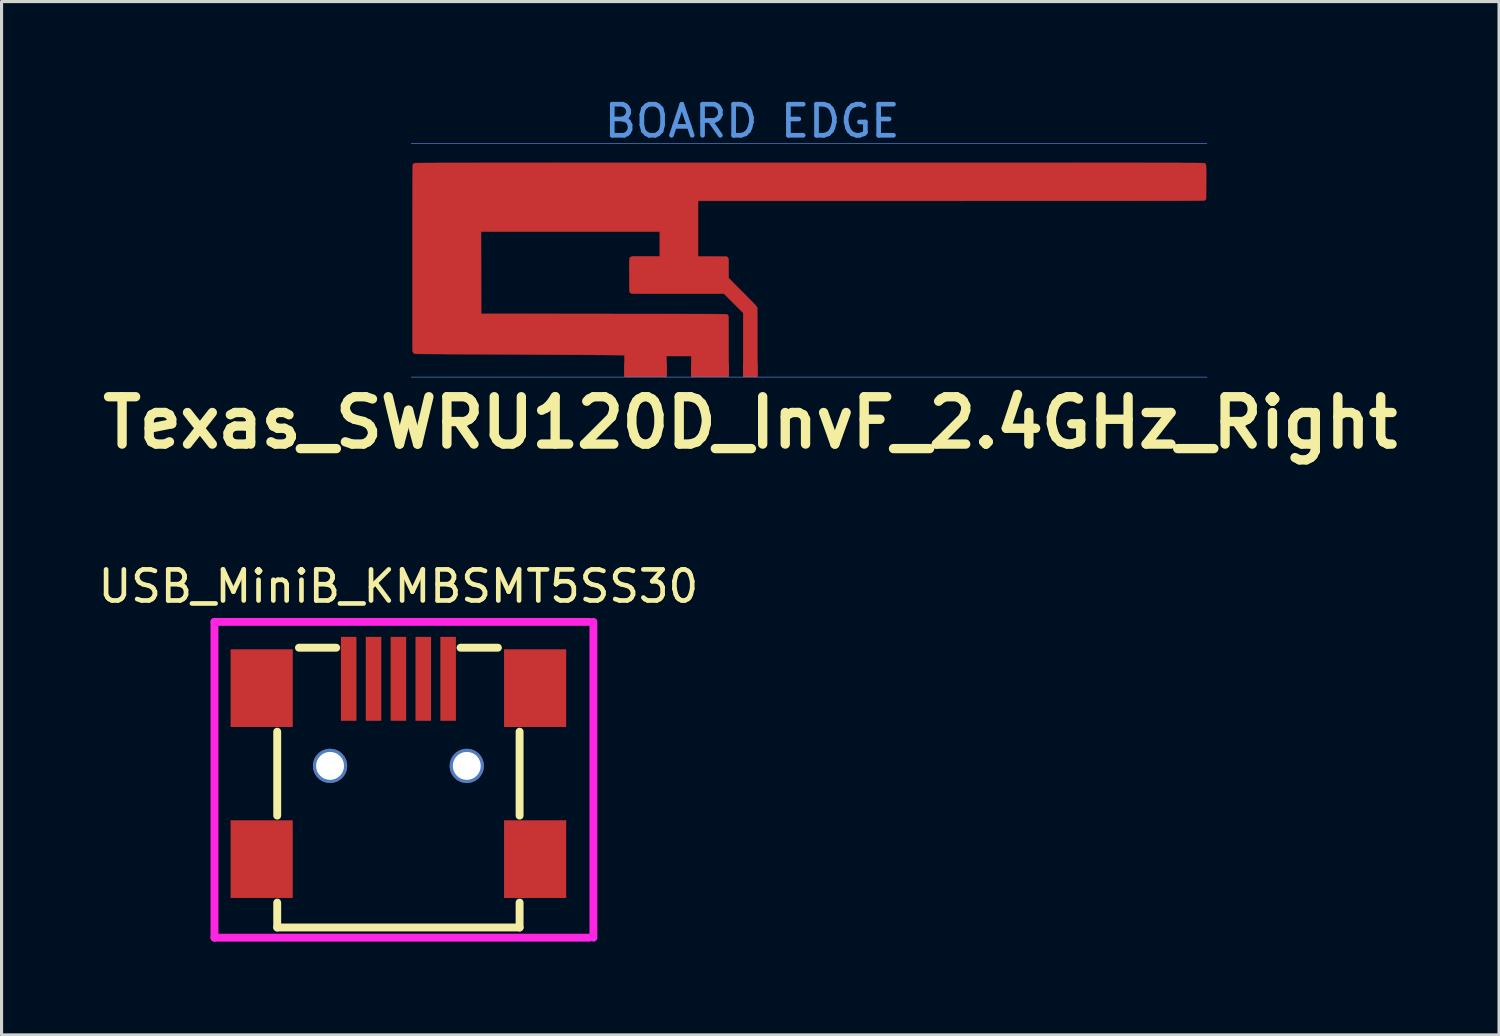
<source format=kicad_pcb>
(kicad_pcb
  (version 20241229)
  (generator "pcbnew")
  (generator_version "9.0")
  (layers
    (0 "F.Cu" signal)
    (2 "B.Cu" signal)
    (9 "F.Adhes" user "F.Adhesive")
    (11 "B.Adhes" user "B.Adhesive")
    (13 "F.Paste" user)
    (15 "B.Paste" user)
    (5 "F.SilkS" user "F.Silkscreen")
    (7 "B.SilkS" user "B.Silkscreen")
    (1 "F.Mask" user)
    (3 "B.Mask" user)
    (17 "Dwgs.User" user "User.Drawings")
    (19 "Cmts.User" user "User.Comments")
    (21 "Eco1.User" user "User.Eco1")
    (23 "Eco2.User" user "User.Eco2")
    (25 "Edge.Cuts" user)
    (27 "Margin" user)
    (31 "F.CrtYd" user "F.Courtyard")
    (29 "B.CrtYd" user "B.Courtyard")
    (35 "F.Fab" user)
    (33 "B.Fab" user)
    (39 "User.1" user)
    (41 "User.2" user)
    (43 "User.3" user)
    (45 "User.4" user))
  (footprint "Texas_SWRU120D_InvF_2.4GHz_Right"
    (layer "F.Cu")
    (at 21.089 5.548)
    (property "Reference" "Texas_SWRU120D_InvF_2.4GHz_Right" (at 0 5 0) (layer "F.SilkS") (effects (font (size 1.524 1.524) (thickness 0.3))))
    (attr smd)
    (fp_poly (pts (xy 3.895 -3.36) (xy 4.358 -3.36) (xy 4.808 -3.36) (xy 5.244 -3.36) (xy 5.667 -3.36) (xy 6.078 -3.36) (xy 6.475 -3.36) (xy 6.86 -3.36) (xy 7.233 -3.36) (xy 7.593 -3.36) (xy 7.942 -3.36) (xy 8.278 -3.36) (xy 8.604 -3.36) (xy 8.918 -3.36) (xy 9.22 -3.36) (xy 9.512 -3.36) (xy 9.793 -3.36) (xy 10.064 -3.36) (xy 10.324 -3.36) (xy 10.574 -3.359) (xy 10.814 -3.359) (xy 11.044 -3.359) (xy 11.265 -3.359) (xy 11.477 -3.359) (xy 11.679 -3.359) (xy 11.873 -3.359) (xy 12.057 -3.359) (xy 12.234 -3.359) (xy 12.402 -3.359) (xy 12.561 -3.359) (xy 12.713 -3.358) (xy 12.858 -3.358) (xy 12.994 -3.358) (xy 13.124 -3.358) (xy 13.246 -3.358) (xy 13.361 -3.358) (xy 13.47 -3.357) (xy 13.572 -3.357) (xy 13.668 -3.357) (xy 13.758 -3.357) (xy 13.842 -3.357) (xy 13.92 -3.356) (xy 13.993 -3.356) (xy 14.06 -3.356) (xy 14.123 -3.356) (xy 14.18 -3.355) (xy 14.233 -3.355) (xy 14.281 -3.355) (xy 14.325 -3.354) (xy 14.365 -3.354) (xy 14.402 -3.354) (xy 14.434 -3.353) (xy 14.463 -3.353) (xy 14.489 -3.353) (xy 14.511 -3.352) (xy 14.531 -3.352) (xy 14.548 -3.352) (xy 14.563 -3.351) (xy 14.576 -3.351) (xy 14.586 -3.35) (xy 14.594 -3.35) (xy 14.601 -3.349) (xy 14.607 -3.349) (xy 14.611 -3.348) (xy 14.614 -3.348) (xy 14.616 -3.347) (xy 14.618 -3.347) (xy 14.619 -3.346) (xy 14.62 -3.346) (xy 14.629 -3.34) (xy 14.637 -3.335) (xy 14.644 -3.33) (xy 14.649 -3.323) (xy 14.654 -3.313) (xy 14.658 -3.3) (xy 14.661 -3.283) (xy 14.663 -3.26) (xy 14.665 -3.23) (xy 14.666 -3.193) (xy 14.667 -3.148) (xy 14.668 -3.093) (xy 14.668 -3.027) (xy 14.667 -2.95) (xy 14.667 -2.861) (xy 14.667 -2.758) (xy 14.667 -2.739) (xy 14.664 -2.195) (xy 14.646 -2.175) (xy 14.628 -2.159) (xy 14.609 -2.146) (xy 14.608 -2.146) (xy 14.606 -2.145) (xy 14.6 -2.145) (xy 14.591 -2.144) (xy 14.579 -2.144) (xy 14.562 -2.143) (xy 14.542 -2.143) (xy 14.517 -2.142) (xy 14.487 -2.142) (xy 14.453 -2.142) (xy 14.414 -2.141) (xy 14.369 -2.141) (xy 14.319 -2.141) (xy 14.264 -2.14) (xy 14.202 -2.14) (xy 14.134 -2.14) (xy 14.059 -2.139) (xy 13.978 -2.139) (xy 13.89 -2.139) (xy 13.795 -2.138) (xy 13.692 -2.138) (xy 13.582 -2.138) (xy 13.463 -2.138) (xy 13.337 -2.138) (xy 13.202 -2.137) (xy 13.059 -2.137) (xy 12.906 -2.137) (xy 12.745 -2.137) (xy 12.574 -2.137) (xy 12.394 -2.137) (xy 12.203 -2.136) (xy 12.003 -2.136) (xy 11.793 -2.136) (xy 11.572 -2.136) (xy 11.34 -2.136) (xy 11.097 -2.136) (xy 10.843 -2.136) (xy 10.577 -2.136) (xy 10.3 -2.136) (xy 10.011 -2.136) (xy 9.709 -2.136) (xy 9.395 -2.136) (xy 9.068 -2.136) (xy 8.729 -2.136) (xy 8.376 -2.136) (xy 8.01 -2.136) (xy 7.63 -2.136) (xy 7.236 -2.136) (xy 6.828 -2.135) (xy 6.454 -2.135) (xy -1.68 -2.135) (xy -1.68 -0.35) (xy -0.765 -0.346) (xy -0.741 -0.329) (xy -0.731 -0.322) (xy -0.722 -0.314) (xy -0.715 -0.306) (xy -0.709 -0.294) (xy -0.704 -0.28) (xy -0.701 -0.26) (xy -0.699 -0.233) (xy -0.697 -0.199) (xy -0.696 -0.155) (xy -0.696 -0.1) (xy -0.696 -0.034) (xy -0.696 0.038) (xy -0.696 0.346) (xy -0.253 0.791) (xy -0.17 0.873) (xy -0.098 0.947) (xy -0.034 1.011) (xy 0.02 1.066) (xy 0.067 1.114) (xy 0.106 1.154) (xy 0.137 1.188) (xy 0.162 1.215) (xy 0.182 1.237) (xy 0.195 1.253) (xy 0.204 1.265) (xy 0.208 1.272) (xy 0.226 1.308) (xy 0.23 3.498) (xy -0.229 3.498) (xy -0.229 1.469) (xy -0.537 1.161) (xy -0.845 0.853) (xy -2.329 0.853) (xy -2.502 0.853) (xy -2.661 0.853) (xy -2.807 0.853) (xy -2.94 0.853) (xy -3.061 0.853) (xy -3.171 0.852) (xy -3.269 0.852) (xy -3.357 0.852) (xy -3.435 0.852) (xy -3.504 0.851) (xy -3.565 0.851) (xy -3.617 0.851) (xy -3.662 0.85) (xy -3.7 0.85) (xy -3.732 0.849) (xy -3.759 0.848) (xy -3.78 0.847) (xy -3.797 0.846) (xy -3.81 0.845) (xy -3.82 0.844) (xy -3.827 0.843) (xy -3.832 0.842) (xy -3.836 0.84) (xy -3.837 0.84) (xy -3.858 0.826) (xy -3.876 0.808) (xy -3.877 0.807) (xy -3.88 0.802) (xy -3.882 0.798) (xy -3.884 0.791) (xy -3.886 0.782) (xy -3.888 0.769) (xy -3.889 0.751) (xy -3.89 0.728) (xy -3.891 0.697) (xy -3.891 0.659) (xy -3.892 0.612) (xy -3.892 0.554) (xy -3.893 0.486) (xy -3.893 0.406) (xy -3.894 0.313) (xy -3.894 0.26) (xy -3.894 0.156) (xy -3.894 0.066) (xy -3.895 -0.012) (xy -3.895 -0.078) (xy -3.894 -0.134) (xy -3.893 -0.18) (xy -3.892 -0.217) (xy -3.89 -0.247) (xy -3.887 -0.27) (xy -3.883 -0.288) (xy -3.879 -0.301) (xy -3.873 -0.31) (xy -3.866 -0.317) (xy -3.858 -0.323) (xy -3.849 -0.327) (xy -3.839 -0.333) (xy -3.837 -0.333) (xy -3.805 -0.35) (xy -2.912 -0.35) (xy -2.912 -1.144) (xy -8.662 -1.144) (xy -8.66 0.177) (xy -8.658 1.498) (xy -4.711 1.501) (xy -4.425 1.502) (xy -4.152 1.502) (xy -3.893 1.502) (xy -3.648 1.502) (xy -3.416 1.503) (xy -3.196 1.503) (xy -2.989 1.503) (xy -2.794 1.503) (xy -2.611 1.504) (xy -2.439 1.504) (xy -2.278 1.504) (xy -2.128 1.504) (xy -1.988 1.505) (xy -1.857 1.505) (xy -1.736 1.505) (xy -1.625 1.505) (xy -1.522 1.506) (xy -1.427 1.506) (xy -1.341 1.506) (xy -1.262 1.507) (xy -1.191 1.507) (xy -1.126 1.507) (xy -1.068 1.508) (xy -1.017 1.508) (xy -0.971 1.509) (xy -0.931 1.509) (xy -0.896 1.51) (xy -0.865 1.51) (xy -0.839 1.511) (xy -0.817 1.511) (xy -0.799 1.512) (xy -0.785 1.513) (xy -0.773 1.513) (xy -0.764 1.514) (xy -0.757 1.515) (xy -0.751 1.516) (xy -0.748 1.517) (xy -0.746 1.518) (xy -0.744 1.518) (xy -0.726 1.534) (xy -0.711 1.554) (xy -0.71 1.555) (xy -0.708 1.558) (xy -0.706 1.563) (xy -0.705 1.569) (xy -0.703 1.577) (xy -0.702 1.588) (xy -0.701 1.603) (xy -0.7 1.622) (xy -0.699 1.646) (xy -0.698 1.677) (xy -0.698 1.714) (xy -0.697 1.759) (xy -0.697 1.812) (xy -0.697 1.874) (xy -0.696 1.946) (xy -0.696 2.028) (xy -0.696 2.122) (xy -0.696 2.227) (xy -0.696 2.345) (xy -0.696 2.477) (xy -0.696 2.538) (xy -0.696 3.498) (xy -1.898 3.498) (xy -1.898 2.857) (xy -2.693 2.857) (xy -2.693 3.498) (xy -4.049 3.498) (xy -4.049 2.83) (xy -4.535 2.825) (xy -4.578 2.825) (xy -4.634 2.824) (xy -4.704 2.824) (xy -4.787 2.823) (xy -4.882 2.823) (xy -4.988 2.822) (xy -5.106 2.821) (xy -5.233 2.82) (xy -5.371 2.82) (xy -5.517 2.819) (xy -5.672 2.818) (xy -5.835 2.817) (xy -6.005 2.816) (xy -6.182 2.815) (xy -6.365 2.814) (xy -6.553 2.813) (xy -6.746 2.812) (xy -6.943 2.811) (xy -7.144 2.81) (xy -7.348 2.808) (xy -7.555 2.807) (xy -7.763 2.806) (xy -7.897 2.806) (xy -8.101 2.804) (xy -8.301 2.803) (xy -8.498 2.802) (xy -8.689 2.801) (xy -8.876 2.8) (xy -9.056 2.799) (xy -9.231 2.798) (xy -9.399 2.797) (xy -9.56 2.796) (xy -9.714 2.795) (xy -9.859 2.794) (xy -9.996 2.793) (xy -10.123 2.793) (xy -10.241 2.792) (xy -10.349 2.791) (xy -10.446 2.79) (xy -10.533 2.79) (xy -10.607 2.789) (xy -10.67 2.789) (xy -10.72 2.788) (xy -10.757 2.788) (xy -10.78 2.787) (xy -10.79 2.787) (xy -10.79 2.787) (xy -10.805 2.78) (xy -10.824 2.765) (xy -10.835 2.756) (xy -10.852 2.736) (xy -10.861 2.716) (xy -10.866 2.689) (xy -10.867 2.679) (xy -10.867 2.655) (xy -10.867 2.617) (xy -10.868 2.567) (xy -10.868 2.503) (xy -10.868 2.428) (xy -10.868 2.341) (xy -10.869 2.242) (xy -10.869 2.133) (xy -10.869 2.014) (xy -10.869 1.886) (xy -10.869 1.748) (xy -10.869 1.601) (xy -10.869 1.447) (xy -10.869 1.284) (xy -10.869 1.115) (xy -10.869 0.938) (xy -10.869 0.756) (xy -10.869 0.568) (xy -10.869 0.374) (xy -10.869 0.176) (xy -10.869 -0.026) (xy -10.869 -0.233) (xy -10.869 -0.317) (xy -10.869 -0.565) (xy -10.869 -0.798) (xy -10.868 -1.018) (xy -10.868 -1.225) (xy -10.868 -1.418) (xy -10.868 -1.6) (xy -10.868 -1.769) (xy -10.868 -1.926) (xy -10.867 -2.072) (xy -10.867 -2.208) (xy -10.867 -2.333) (xy -10.867 -2.448) (xy -10.866 -2.554) (xy -10.866 -2.65) (xy -10.866 -2.738) (xy -10.866 -2.817) (xy -10.865 -2.889) (xy -10.865 -2.953) (xy -10.864 -3.01) (xy -10.864 -3.061) (xy -10.863 -3.105) (xy -10.863 -3.143) (xy -10.862 -3.177) (xy -10.862 -3.205) (xy -10.861 -3.229) (xy -10.86 -3.248) (xy -10.86 -3.264) (xy -10.859 -3.277) (xy -10.858 -3.287) (xy -10.857 -3.294) (xy -10.856 -3.3) (xy -10.855 -3.304) (xy -10.854 -3.307) (xy -10.854 -3.307) (xy -10.838 -3.328) (xy -10.818 -3.345) (xy -10.817 -3.346) (xy -10.816 -3.346) (xy -10.815 -3.347) (xy -10.813 -3.347) (xy -10.81 -3.348) (xy -10.807 -3.348) (xy -10.802 -3.349) (xy -10.796 -3.349) (xy -10.789 -3.35) (xy -10.78 -3.35) (xy -10.768 -3.351) (xy -10.755 -3.351) (xy -10.74 -3.352) (xy -10.721 -3.352) (xy -10.701 -3.352) (xy -10.677 -3.353) (xy -10.65 -3.353) (xy -10.62 -3.354) (xy -10.586 -3.354) (xy -10.548 -3.354) (xy -10.507 -3.355) (xy -10.461 -3.355) (xy -10.411 -3.355) (xy -10.356 -3.355) (xy -10.297 -3.356) (xy -10.233 -3.356) (xy -10.163 -3.356) (xy -10.088 -3.356) (xy -10.008 -3.357) (xy -9.922 -3.357) (xy -9.83 -3.357) (xy -9.732 -3.357) (xy -9.627 -3.357) (xy -9.516 -3.358) (xy -9.398 -3.358) (xy -9.273 -3.358) (xy -9.14 -3.358) (xy -9.001 -3.358) (xy -8.854 -3.358) (xy -8.699 -3.359) (xy -8.536 -3.359) (xy -8.365 -3.359) (xy -8.185 -3.359) (xy -7.997 -3.359) (xy -7.8 -3.359) (xy -7.595 -3.359) (xy -7.38 -3.359) (xy -7.155 -3.359) (xy -6.921 -3.359) (xy -6.677 -3.359) (xy -6.423 -3.359) (xy -6.159 -3.36) (xy -5.885 -3.36) (xy -5.6 -3.36) (xy -5.304 -3.36) (xy -4.997 -3.36) (xy -4.678 -3.36) (xy -4.349 -3.36) (xy -4.008 -3.36) (xy -3.655 -3.36) (xy -3.29 -3.36) (xy -2.912 -3.36) (xy -2.523 -3.36) (xy -2.12 -3.36) (xy -1.705 -3.36) (xy -1.277 -3.36) (xy -0.835 -3.36) (xy -0.38 -3.36) (xy 0.088 -3.36) (xy 0.571 -3.36) (xy 1.067 -3.36) (xy 1.578 -3.36) (xy 1.902 -3.36) (xy 2.421 -3.36) (xy 2.926 -3.36) (xy 3.418 -3.36) (xy 3.895 -3.36)) (stroke (width 0.01) (type solid)) (fill yes) (layer "F.Cu"))
    (fp_line (start -10.909 -3.975) (end 14.691 -3.975) (stroke (width 0.02) (type solid)) (layer "Cmts.User"))
    (fp_line (start -10.909 3.535) (end 14.691 3.535) (stroke (width 0.02) (type solid)) (layer "Cmts.User"))
    (fp_text user "BOARD EDGE" (at 0.06 -4.7 0) (layer "Cmts.User") (effects (font (size 1 1) (thickness 0.15))))
    (pad "1" connect rect (at 0 3.31) (size 0.469 0.45) (layers "F.Cu"))
    (pad "2" connect rect (at -3.371 3.31) (size 1.365 0.45) (layers "F.Cu"))
    (pad "2" connect rect (at -1.297 3.31) (size 1.212 0.45) (layers "F.Cu")))
  (footprint "USB_MiniB_KMBSMT5SS30"
    (layer "F.Cu")
    (at 8.168 18.99)
    (property "Reference" "USB_MiniB_KMBSMT5SS30" (at 1.6 -3.175 0) (layer "F.SilkS") (effects (font (size 1 1) (thickness 0.15))))
    (attr through_hole)
    (fp_line (start -2.299 1.501) (end -2.299 4.201) (stroke (width 0.254) (type solid)) (layer "F.SilkS"))
    (fp_line (start -2.299 7) (end -2.299 7.8) (stroke (width 0.254) (type solid)) (layer "F.SilkS"))
    (fp_line (start -2.299 7.8) (end 5.499 7.8) (stroke (width 0.254) (type solid)) (layer "F.SilkS"))
    (fp_line (start -1.6 -1.201) (end -0.401 -1.201) (stroke (width 0.254) (type solid)) (layer "F.SilkS"))
    (fp_line (start 3.599 -1.201) (end 4.801 -1.201) (stroke (width 0.254) (type solid)) (layer "F.SilkS"))
    (fp_line (start 5.499 1.501) (end 5.499 4.201) (stroke (width 0.254) (type solid)) (layer "F.SilkS"))
    (fp_line (start 5.499 7) (end 5.499 7.8) (stroke (width 0.254) (type solid)) (layer "F.SilkS"))
    (fp_line (start -4.318 -2.032) (end -4.318 8.128) (stroke (width 0.254) (type solid)) (layer "F.CrtYd"))
    (fp_line (start -4.318 -2.032) (end 7.747 -2.032) (stroke (width 0.254) (type solid)) (layer "F.CrtYd"))
    (fp_line (start -4.318 8.128) (end 7.747 8.128) (stroke (width 0.254) (type solid)) (layer "F.CrtYd"))
    (fp_line (start 7.874 -2.032) (end 7.874 8.128) (stroke (width 0.254) (type solid)) (layer "F.CrtYd"))
    (pad "1" smd rect (at 0 -0.2) (size 0.5 2.7) (layers "F.Cu" "F.Mask" "F.Paste"))
    (pad "2" smd rect (at 0.8 -0.2) (size 0.5 2.7) (layers "F.Cu" "F.Mask" "F.Paste"))
    (pad "3" smd rect (at 1.6 -0.2) (size 0.5 2.7) (layers "F.Cu" "F.Mask" "F.Paste"))
    (pad "4" smd rect (at 2.4 -0.2) (size 0.5 2.7) (layers "F.Cu" "F.Mask" "F.Paste"))
    (pad "5" smd rect (at 3.2 -0.2) (size 0.5 2.7) (layers "F.Cu" "F.Mask" "F.Paste"))
    (pad "6" smd rect (at -2.799 0.1) (size 1.999 2.499) (layers "F.Cu" "F.Mask" "F.Paste"))
    (pad "6" smd rect (at -2.799 5.601) (size 1.999 2.499) (layers "F.Cu" "F.Mask" "F.Paste"))
    (pad "6" smd rect (at 5.999 0.1) (size 1.999 2.499) (layers "F.Cu" "F.Mask" "F.Paste"))
    (pad "6" smd rect (at 5.999 5.601) (size 1.999 2.499) (layers "F.Cu" "F.Mask" "F.Paste"))
    (pad "7" thru_hole circle (at -0.599 2.601) (size 1.1 1.1) (drill 0.899) (layers "*.Cu" "*.Mask"))
    (pad "7" thru_hole circle (at 3.8 2.601) (size 1.1 1.1) (drill 0.899) (layers "*.Cu" "*.Mask")))
  (gr_rect
    (start -3 -3)
    (end 45.179 30.245)
    (stroke (width 0.1) (type default))
    (fill no)
    (layer "Edge.Cuts")))
</source>
